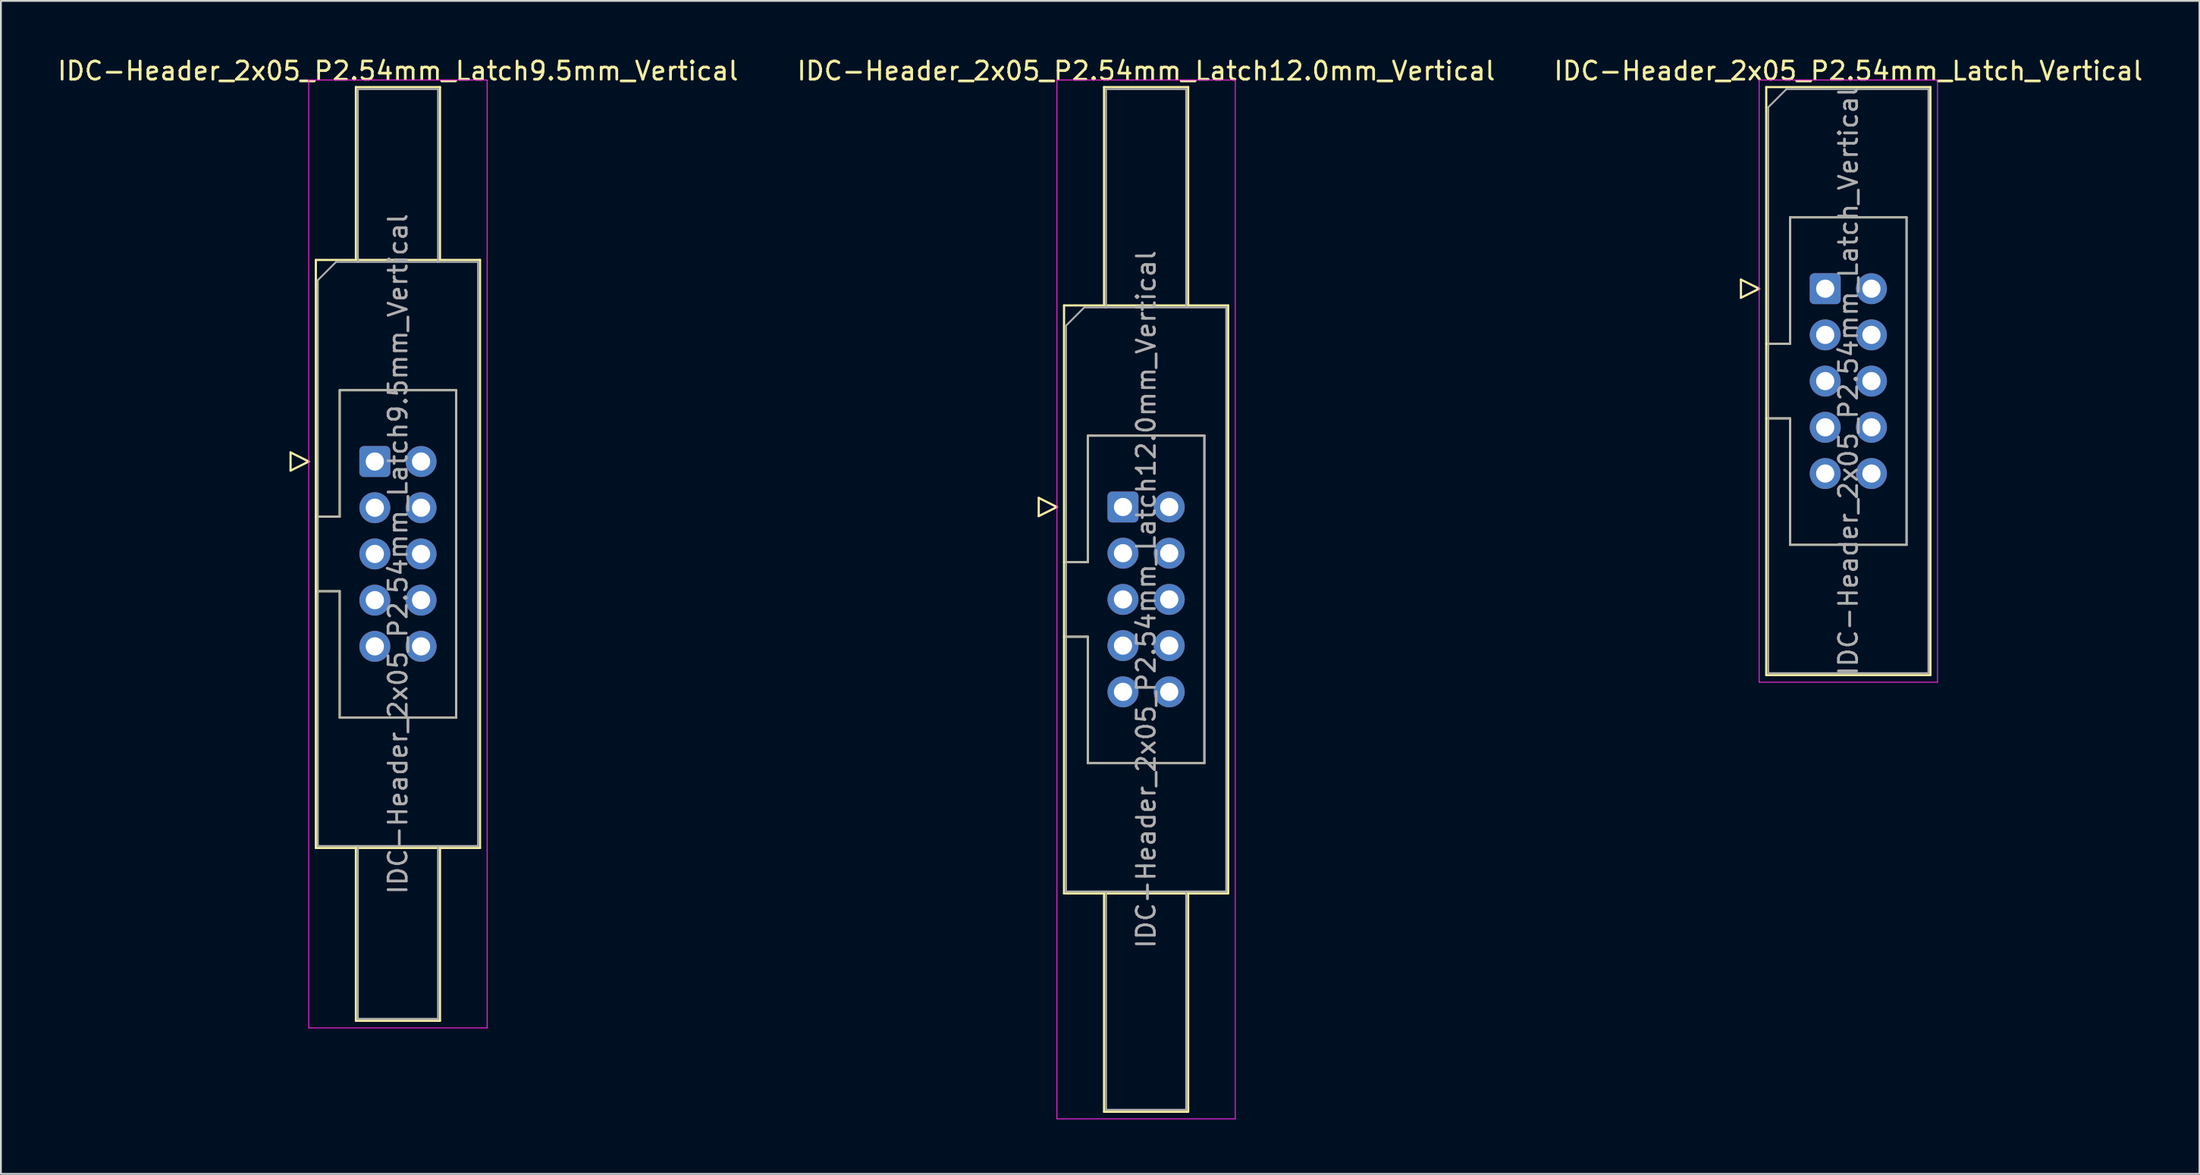
<source format=kicad_pcb>
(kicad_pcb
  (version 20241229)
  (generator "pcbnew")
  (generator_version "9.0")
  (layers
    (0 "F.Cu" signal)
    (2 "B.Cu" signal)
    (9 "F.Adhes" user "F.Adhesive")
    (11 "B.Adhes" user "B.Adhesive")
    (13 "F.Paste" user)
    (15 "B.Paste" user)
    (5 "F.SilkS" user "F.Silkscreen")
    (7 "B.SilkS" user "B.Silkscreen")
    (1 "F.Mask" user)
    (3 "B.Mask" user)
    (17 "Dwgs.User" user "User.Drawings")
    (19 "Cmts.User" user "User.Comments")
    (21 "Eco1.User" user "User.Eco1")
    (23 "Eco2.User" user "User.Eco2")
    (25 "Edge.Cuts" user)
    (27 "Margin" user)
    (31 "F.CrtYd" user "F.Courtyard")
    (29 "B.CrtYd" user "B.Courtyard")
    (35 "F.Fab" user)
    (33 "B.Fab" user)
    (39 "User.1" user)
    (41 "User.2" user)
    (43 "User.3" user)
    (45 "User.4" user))
  (footprint "IDC-Header_2x05_P2.54mm_Latch12.0mm_Vertical"
    (layer "F.Cu")
    (at 58.653 24.818)
    (property "Reference" "IDC-Header_2x05_P2.54mm_Latch12.0mm_Vertical" (at 1.27 -23.97 0) (layer "F.SilkS") (effects (font (size 1 1) (thickness 0.15))))
    (attr through_hole)
    (fp_line (start -4.63 -0.5) (end -4.63 0.5) (stroke (width 0.12) (type solid)) (layer "F.SilkS"))
    (fp_line (start -4.63 0.5) (end -3.63 0) (stroke (width 0.12) (type solid)) (layer "F.SilkS"))
    (fp_line (start -3.63 0) (end -4.63 -0.5) (stroke (width 0.12) (type solid)) (layer "F.SilkS"))
    (fp_line (start -3.24 -11.08) (end 5.78 -11.08) (stroke (width 0.12) (type solid)) (layer "F.SilkS"))
    (fp_line (start -3.24 3.03) (end -1.93 3.03) (stroke (width 0.12) (type solid)) (layer "F.SilkS"))
    (fp_line (start -3.24 21.24) (end -3.24 -11.08) (stroke (width 0.12) (type solid)) (layer "F.SilkS"))
    (fp_line (start -1.93 -3.92) (end 4.47 -3.92) (stroke (width 0.12) (type solid)) (layer "F.SilkS"))
    (fp_line (start -1.93 3.03) (end -1.93 -3.92) (stroke (width 0.12) (type solid)) (layer "F.SilkS"))
    (fp_line (start -1.93 7.13) (end -3.24 7.13) (stroke (width 0.12) (type solid)) (layer "F.SilkS"))
    (fp_line (start -1.93 14.08) (end -1.93 7.13) (stroke (width 0.12) (type solid)) (layer "F.SilkS"))
    (fp_line (start -1.04 -23.08) (end 3.58 -23.08) (stroke (width 0.12) (type solid)) (layer "F.SilkS"))
    (fp_line (start -1.04 -11.08) (end -1.04 -23.08) (stroke (width 0.12) (type solid)) (layer "F.SilkS"))
    (fp_line (start -1.04 21.24) (end -1.04 33.24) (stroke (width 0.12) (type solid)) (layer "F.SilkS"))
    (fp_line (start -1.04 33.24) (end 3.58 33.24) (stroke (width 0.12) (type solid)) (layer "F.SilkS"))
    (fp_line (start 3.58 -23.08) (end 3.58 -11.08) (stroke (width 0.12) (type solid)) (layer "F.SilkS"))
    (fp_line (start 3.58 33.24) (end 3.58 21.24) (stroke (width 0.12) (type solid)) (layer "F.SilkS"))
    (fp_line (start 4.47 -3.92) (end 4.47 14.08) (stroke (width 0.12) (type solid)) (layer "F.SilkS"))
    (fp_line (start 4.47 14.08) (end -1.93 14.08) (stroke (width 0.12) (type solid)) (layer "F.SilkS"))
    (fp_line (start 5.78 -11.08) (end 5.78 21.24) (stroke (width 0.12) (type solid)) (layer "F.SilkS"))
    (fp_line (start 5.78 21.24) (end -3.24 21.24) (stroke (width 0.12) (type solid)) (layer "F.SilkS"))
    (fp_line (start -3.63 -23.47) (end -3.63 33.63) (stroke (width 0.05) (type solid)) (layer "F.CrtYd"))
    (fp_line (start -3.63 33.63) (end 6.17 33.63) (stroke (width 0.05) (type solid)) (layer "F.CrtYd"))
    (fp_line (start 6.17 -23.47) (end -3.63 -23.47) (stroke (width 0.05) (type solid)) (layer "F.CrtYd"))
    (fp_line (start 6.17 33.63) (end 6.17 -23.47) (stroke (width 0.05) (type solid)) (layer "F.CrtYd"))
    (fp_line (start -3.13 -9.97) (end -2.13 -10.97) (stroke (width 0.1) (type solid)) (layer "F.Fab"))
    (fp_line (start -3.13 3.03) (end -1.93 3.03) (stroke (width 0.1) (type solid)) (layer "F.Fab"))
    (fp_line (start -3.13 21.13) (end -3.13 -9.97) (stroke (width 0.1) (type solid)) (layer "F.Fab"))
    (fp_line (start -2.13 -10.97) (end 5.67 -10.97) (stroke (width 0.1) (type solid)) (layer "F.Fab"))
    (fp_line (start -1.93 -3.92) (end 4.47 -3.92) (stroke (width 0.1) (type solid)) (layer "F.Fab"))
    (fp_line (start -1.93 3.03) (end -1.93 -3.92) (stroke (width 0.1) (type solid)) (layer "F.Fab"))
    (fp_line (start -1.93 7.13) (end -3.13 7.13) (stroke (width 0.1) (type solid)) (layer "F.Fab"))
    (fp_line (start -1.93 14.08) (end -1.93 7.13) (stroke (width 0.1) (type solid)) (layer "F.Fab"))
    (fp_line (start -0.93 -22.97) (end 3.47 -22.97) (stroke (width 0.1) (type solid)) (layer "F.Fab"))
    (fp_line (start -0.93 -10.97) (end -0.93 -22.97) (stroke (width 0.1) (type solid)) (layer "F.Fab"))
    (fp_line (start -0.93 21.13) (end -0.93 33.13) (stroke (width 0.1) (type solid)) (layer "F.Fab"))
    (fp_line (start -0.93 33.13) (end 3.47 33.13) (stroke (width 0.1) (type solid)) (layer "F.Fab"))
    (fp_line (start 3.47 -22.97) (end 3.47 -10.97) (stroke (width 0.1) (type solid)) (layer "F.Fab"))
    (fp_line (start 3.47 33.13) (end 3.47 21.13) (stroke (width 0.1) (type solid)) (layer "F.Fab"))
    (fp_line (start 4.47 -3.92) (end 4.47 14.08) (stroke (width 0.1) (type solid)) (layer "F.Fab"))
    (fp_line (start 4.47 14.08) (end -1.93 14.08) (stroke (width 0.1) (type solid)) (layer "F.Fab"))
    (fp_line (start 5.67 -10.97) (end 5.67 21.13) (stroke (width 0.1) (type solid)) (layer "F.Fab"))
    (fp_line (start 5.67 21.13) (end -3.13 21.13) (stroke (width 0.1) (type solid)) (layer "F.Fab"))
    (fp_text user "${REFERENCE}" (at 1.27 5.08 90) (layer "F.Fab") (effects (font (size 1 1) (thickness 0.15))))
    (pad "1" thru_hole roundrect (at 0 0) (size 1.7 1.7) (drill 1) (layers "*.Cu" "*.Mask") (roundrect_rratio 0.147))
    (pad "2" thru_hole circle (at 2.54 0) (size 1.7 1.7) (drill 1) (layers "*.Cu" "*.Mask"))
    (pad "3" thru_hole circle (at 0 2.54) (size 1.7 1.7) (drill 1) (layers "*.Cu" "*.Mask"))
    (pad "4" thru_hole circle (at 2.54 2.54) (size 1.7 1.7) (drill 1) (layers "*.Cu" "*.Mask"))
    (pad "5" thru_hole circle (at 0 5.08) (size 1.7 1.7) (drill 1) (layers "*.Cu" "*.Mask"))
    (pad "6" thru_hole circle (at 2.54 5.08) (size 1.7 1.7) (drill 1) (layers "*.Cu" "*.Mask"))
    (pad "7" thru_hole circle (at 0 7.62) (size 1.7 1.7) (drill 1) (layers "*.Cu" "*.Mask"))
    (pad "8" thru_hole circle (at 2.54 7.62) (size 1.7 1.7) (drill 1) (layers "*.Cu" "*.Mask"))
    (pad "9" thru_hole circle (at 0 10.16) (size 1.7 1.7) (drill 1) (layers "*.Cu" "*.Mask"))
    (pad "10" thru_hole circle (at 2.54 10.16) (size 1.7 1.7) (drill 1) (layers "*.Cu" "*.Mask")))
  (footprint "IDC-Header_2x05_P2.54mm_Latch_Vertical"
    (layer "F.Cu")
    (at 97.236 12.818)
    (property "Reference" "IDC-Header_2x05_P2.54mm_Latch_Vertical" (at 1.27 -11.97 0) (layer "F.SilkS") (effects (font (size 1 1) (thickness 0.15))))
    (attr through_hole)
    (fp_line (start -4.63 -0.5) (end -4.63 0.5) (stroke (width 0.12) (type solid)) (layer "F.SilkS"))
    (fp_line (start -4.63 0.5) (end -3.63 0) (stroke (width 0.12) (type solid)) (layer "F.SilkS"))
    (fp_line (start -3.63 0) (end -4.63 -0.5) (stroke (width 0.12) (type solid)) (layer "F.SilkS"))
    (fp_line (start -3.24 -11.08) (end 5.78 -11.08) (stroke (width 0.12) (type solid)) (layer "F.SilkS"))
    (fp_line (start -3.24 3.03) (end -1.93 3.03) (stroke (width 0.12) (type solid)) (layer "F.SilkS"))
    (fp_line (start -3.24 21.24) (end -3.24 -11.08) (stroke (width 0.12) (type solid)) (layer "F.SilkS"))
    (fp_line (start -1.93 -3.92) (end 4.47 -3.92) (stroke (width 0.12) (type solid)) (layer "F.SilkS"))
    (fp_line (start -1.93 3.03) (end -1.93 -3.92) (stroke (width 0.12) (type solid)) (layer "F.SilkS"))
    (fp_line (start -1.93 7.13) (end -3.24 7.13) (stroke (width 0.12) (type solid)) (layer "F.SilkS"))
    (fp_line (start -1.93 14.08) (end -1.93 7.13) (stroke (width 0.12) (type solid)) (layer "F.SilkS"))
    (fp_line (start 4.47 -3.92) (end 4.47 14.08) (stroke (width 0.12) (type solid)) (layer "F.SilkS"))
    (fp_line (start 4.47 14.08) (end -1.93 14.08) (stroke (width 0.12) (type solid)) (layer "F.SilkS"))
    (fp_line (start 5.78 -11.08) (end 5.78 21.24) (stroke (width 0.12) (type solid)) (layer "F.SilkS"))
    (fp_line (start 5.78 21.24) (end -3.24 21.24) (stroke (width 0.12) (type solid)) (layer "F.SilkS"))
    (fp_line (start -3.63 -11.47) (end -3.63 21.63) (stroke (width 0.05) (type solid)) (layer "F.CrtYd"))
    (fp_line (start -3.63 21.63) (end 6.17 21.63) (stroke (width 0.05) (type solid)) (layer "F.CrtYd"))
    (fp_line (start 6.17 -11.47) (end -3.63 -11.47) (stroke (width 0.05) (type solid)) (layer "F.CrtYd"))
    (fp_line (start 6.17 21.63) (end 6.17 -11.47) (stroke (width 0.05) (type solid)) (layer "F.CrtYd"))
    (fp_line (start -3.13 -9.97) (end -2.13 -10.97) (stroke (width 0.1) (type solid)) (layer "F.Fab"))
    (fp_line (start -3.13 3.03) (end -1.93 3.03) (stroke (width 0.1) (type solid)) (layer "F.Fab"))
    (fp_line (start -3.13 21.13) (end -3.13 -9.97) (stroke (width 0.1) (type solid)) (layer "F.Fab"))
    (fp_line (start -2.13 -10.97) (end 5.67 -10.97) (stroke (width 0.1) (type solid)) (layer "F.Fab"))
    (fp_line (start -1.93 -3.92) (end 4.47 -3.92) (stroke (width 0.1) (type solid)) (layer "F.Fab"))
    (fp_line (start -1.93 3.03) (end -1.93 -3.92) (stroke (width 0.1) (type solid)) (layer "F.Fab"))
    (fp_line (start -1.93 7.13) (end -3.13 7.13) (stroke (width 0.1) (type solid)) (layer "F.Fab"))
    (fp_line (start -1.93 14.08) (end -1.93 7.13) (stroke (width 0.1) (type solid)) (layer "F.Fab"))
    (fp_line (start 4.47 -3.92) (end 4.47 14.08) (stroke (width 0.1) (type solid)) (layer "F.Fab"))
    (fp_line (start 4.47 14.08) (end -1.93 14.08) (stroke (width 0.1) (type solid)) (layer "F.Fab"))
    (fp_line (start 5.67 -10.97) (end 5.67 21.13) (stroke (width 0.1) (type solid)) (layer "F.Fab"))
    (fp_line (start 5.67 21.13) (end -3.13 21.13) (stroke (width 0.1) (type solid)) (layer "F.Fab"))
    (fp_text user "${REFERENCE}" (at 1.27 5.08 90) (layer "F.Fab") (effects (font (size 1 1) (thickness 0.15))))
    (pad "1" thru_hole roundrect (at 0 0) (size 1.7 1.7) (drill 1) (layers "*.Cu" "*.Mask") (roundrect_rratio 0.147))
    (pad "2" thru_hole circle (at 2.54 0) (size 1.7 1.7) (drill 1) (layers "*.Cu" "*.Mask"))
    (pad "3" thru_hole circle (at 0 2.54) (size 1.7 1.7) (drill 1) (layers "*.Cu" "*.Mask"))
    (pad "4" thru_hole circle (at 2.54 2.54) (size 1.7 1.7) (drill 1) (layers "*.Cu" "*.Mask"))
    (pad "5" thru_hole circle (at 0 5.08) (size 1.7 1.7) (drill 1) (layers "*.Cu" "*.Mask"))
    (pad "6" thru_hole circle (at 2.54 5.08) (size 1.7 1.7) (drill 1) (layers "*.Cu" "*.Mask"))
    (pad "7" thru_hole circle (at 0 7.62) (size 1.7 1.7) (drill 1) (layers "*.Cu" "*.Mask"))
    (pad "8" thru_hole circle (at 2.54 7.62) (size 1.7 1.7) (drill 1) (layers "*.Cu" "*.Mask"))
    (pad "9" thru_hole circle (at 0 10.16) (size 1.7 1.7) (drill 1) (layers "*.Cu" "*.Mask"))
    (pad "10" thru_hole circle (at 2.54 10.16) (size 1.7 1.7) (drill 1) (layers "*.Cu" "*.Mask")))
  (footprint "IDC-Header_2x05_P2.54mm_Latch9.5mm_Vertical"
    (layer "F.Cu")
    (at 17.545 22.318)
    (property "Reference" "IDC-Header_2x05_P2.54mm_Latch9.5mm_Vertical" (at 1.27 -21.47 0) (layer "F.SilkS") (effects (font (size 1 1) (thickness 0.15))))
    (attr through_hole)
    (fp_line (start -4.63 -0.5) (end -4.63 0.5) (stroke (width 0.12) (type solid)) (layer "F.SilkS"))
    (fp_line (start -4.63 0.5) (end -3.63 0) (stroke (width 0.12) (type solid)) (layer "F.SilkS"))
    (fp_line (start -3.63 0) (end -4.63 -0.5) (stroke (width 0.12) (type solid)) (layer "F.SilkS"))
    (fp_line (start -3.24 -11.08) (end 5.78 -11.08) (stroke (width 0.12) (type solid)) (layer "F.SilkS"))
    (fp_line (start -3.24 3.03) (end -1.93 3.03) (stroke (width 0.12) (type solid)) (layer "F.SilkS"))
    (fp_line (start -3.24 21.24) (end -3.24 -11.08) (stroke (width 0.12) (type solid)) (layer "F.SilkS"))
    (fp_line (start -1.93 -3.92) (end 4.47 -3.92) (stroke (width 0.12) (type solid)) (layer "F.SilkS"))
    (fp_line (start -1.93 3.03) (end -1.93 -3.92) (stroke (width 0.12) (type solid)) (layer "F.SilkS"))
    (fp_line (start -1.93 7.13) (end -3.24 7.13) (stroke (width 0.12) (type solid)) (layer "F.SilkS"))
    (fp_line (start -1.93 14.08) (end -1.93 7.13) (stroke (width 0.12) (type solid)) (layer "F.SilkS"))
    (fp_line (start -1.04 -20.58) (end 3.58 -20.58) (stroke (width 0.12) (type solid)) (layer "F.SilkS"))
    (fp_line (start -1.04 -11.08) (end -1.04 -20.58) (stroke (width 0.12) (type solid)) (layer "F.SilkS"))
    (fp_line (start -1.04 21.24) (end -1.04 30.74) (stroke (width 0.12) (type solid)) (layer "F.SilkS"))
    (fp_line (start -1.04 30.74) (end 3.58 30.74) (stroke (width 0.12) (type solid)) (layer "F.SilkS"))
    (fp_line (start 3.58 -20.58) (end 3.58 -11.08) (stroke (width 0.12) (type solid)) (layer "F.SilkS"))
    (fp_line (start 3.58 30.74) (end 3.58 21.24) (stroke (width 0.12) (type solid)) (layer "F.SilkS"))
    (fp_line (start 4.47 -3.92) (end 4.47 14.08) (stroke (width 0.12) (type solid)) (layer "F.SilkS"))
    (fp_line (start 4.47 14.08) (end -1.93 14.08) (stroke (width 0.12) (type solid)) (layer "F.SilkS"))
    (fp_line (start 5.78 -11.08) (end 5.78 21.24) (stroke (width 0.12) (type solid)) (layer "F.SilkS"))
    (fp_line (start 5.78 21.24) (end -3.24 21.24) (stroke (width 0.12) (type solid)) (layer "F.SilkS"))
    (fp_line (start -3.63 -20.97) (end -3.63 31.13) (stroke (width 0.05) (type solid)) (layer "F.CrtYd"))
    (fp_line (start -3.63 31.13) (end 6.17 31.13) (stroke (width 0.05) (type solid)) (layer "F.CrtYd"))
    (fp_line (start 6.17 -20.97) (end -3.63 -20.97) (stroke (width 0.05) (type solid)) (layer "F.CrtYd"))
    (fp_line (start 6.17 31.13) (end 6.17 -20.97) (stroke (width 0.05) (type solid)) (layer "F.CrtYd"))
    (fp_line (start -3.13 -9.97) (end -2.13 -10.97) (stroke (width 0.1) (type solid)) (layer "F.Fab"))
    (fp_line (start -3.13 3.03) (end -1.93 3.03) (stroke (width 0.1) (type solid)) (layer "F.Fab"))
    (fp_line (start -3.13 21.13) (end -3.13 -9.97) (stroke (width 0.1) (type solid)) (layer "F.Fab"))
    (fp_line (start -2.13 -10.97) (end 5.67 -10.97) (stroke (width 0.1) (type solid)) (layer "F.Fab"))
    (fp_line (start -1.93 -3.92) (end 4.47 -3.92) (stroke (width 0.1) (type solid)) (layer "F.Fab"))
    (fp_line (start -1.93 3.03) (end -1.93 -3.92) (stroke (width 0.1) (type solid)) (layer "F.Fab"))
    (fp_line (start -1.93 7.13) (end -3.13 7.13) (stroke (width 0.1) (type solid)) (layer "F.Fab"))
    (fp_line (start -1.93 14.08) (end -1.93 7.13) (stroke (width 0.1) (type solid)) (layer "F.Fab"))
    (fp_line (start -0.93 -20.47) (end 3.47 -20.47) (stroke (width 0.1) (type solid)) (layer "F.Fab"))
    (fp_line (start -0.93 -10.97) (end -0.93 -20.47) (stroke (width 0.1) (type solid)) (layer "F.Fab"))
    (fp_line (start -0.93 21.13) (end -0.93 30.63) (stroke (width 0.1) (type solid)) (layer "F.Fab"))
    (fp_line (start -0.93 30.63) (end 3.47 30.63) (stroke (width 0.1) (type solid)) (layer "F.Fab"))
    (fp_line (start 3.47 -20.47) (end 3.47 -10.97) (stroke (width 0.1) (type solid)) (layer "F.Fab"))
    (fp_line (start 3.47 30.63) (end 3.47 21.13) (stroke (width 0.1) (type solid)) (layer "F.Fab"))
    (fp_line (start 4.47 -3.92) (end 4.47 14.08) (stroke (width 0.1) (type solid)) (layer "F.Fab"))
    (fp_line (start 4.47 14.08) (end -1.93 14.08) (stroke (width 0.1) (type solid)) (layer "F.Fab"))
    (fp_line (start 5.67 -10.97) (end 5.67 21.13) (stroke (width 0.1) (type solid)) (layer "F.Fab"))
    (fp_line (start 5.67 21.13) (end -3.13 21.13) (stroke (width 0.1) (type solid)) (layer "F.Fab"))
    (fp_text user "${REFERENCE}" (at 1.27 5.08 90) (layer "F.Fab") (effects (font (size 1 1) (thickness 0.15))))
    (pad "1" thru_hole roundrect (at 0 0) (size 1.7 1.7) (drill 1) (layers "*.Cu" "*.Mask") (roundrect_rratio 0.147))
    (pad "2" thru_hole circle (at 2.54 0) (size 1.7 1.7) (drill 1) (layers "*.Cu" "*.Mask"))
    (pad "3" thru_hole circle (at 0 2.54) (size 1.7 1.7) (drill 1) (layers "*.Cu" "*.Mask"))
    (pad "4" thru_hole circle (at 2.54 2.54) (size 1.7 1.7) (drill 1) (layers "*.Cu" "*.Mask"))
    (pad "5" thru_hole circle (at 0 5.08) (size 1.7 1.7) (drill 1) (layers "*.Cu" "*.Mask"))
    (pad "6" thru_hole circle (at 2.54 5.08) (size 1.7 1.7) (drill 1) (layers "*.Cu" "*.Mask"))
    (pad "7" thru_hole circle (at 0 7.62) (size 1.7 1.7) (drill 1) (layers "*.Cu" "*.Mask"))
    (pad "8" thru_hole circle (at 2.54 7.62) (size 1.7 1.7) (drill 1) (layers "*.Cu" "*.Mask"))
    (pad "9" thru_hole circle (at 0 10.16) (size 1.7 1.7) (drill 1) (layers "*.Cu" "*.Mask"))
    (pad "10" thru_hole circle (at 2.54 10.16) (size 1.7 1.7) (drill 1) (layers "*.Cu" "*.Mask")))
  (gr_rect
    (start -3 -3)
    (end 117.798 61.473)
    (stroke (width 0.1) (type default))
    (fill no)
    (layer "Edge.Cuts")))
</source>
